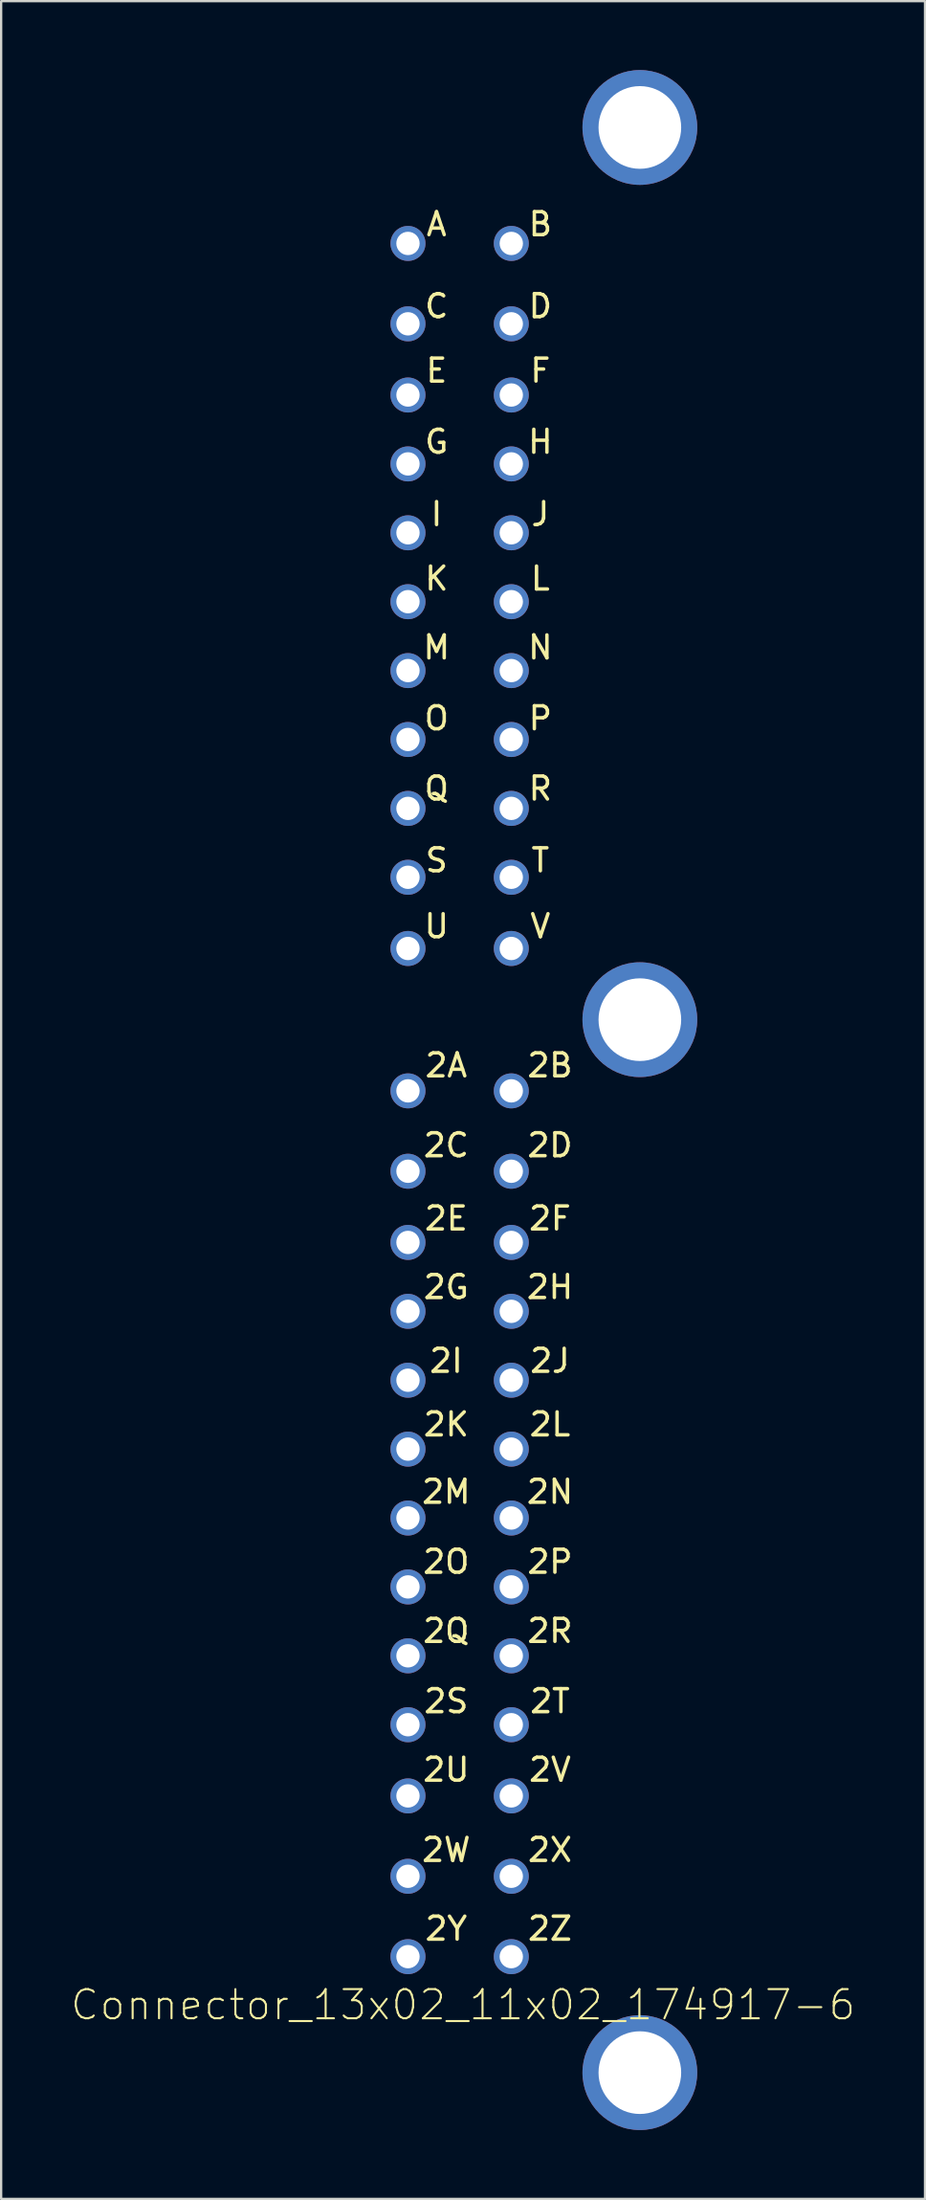
<source format=kicad_pcb>
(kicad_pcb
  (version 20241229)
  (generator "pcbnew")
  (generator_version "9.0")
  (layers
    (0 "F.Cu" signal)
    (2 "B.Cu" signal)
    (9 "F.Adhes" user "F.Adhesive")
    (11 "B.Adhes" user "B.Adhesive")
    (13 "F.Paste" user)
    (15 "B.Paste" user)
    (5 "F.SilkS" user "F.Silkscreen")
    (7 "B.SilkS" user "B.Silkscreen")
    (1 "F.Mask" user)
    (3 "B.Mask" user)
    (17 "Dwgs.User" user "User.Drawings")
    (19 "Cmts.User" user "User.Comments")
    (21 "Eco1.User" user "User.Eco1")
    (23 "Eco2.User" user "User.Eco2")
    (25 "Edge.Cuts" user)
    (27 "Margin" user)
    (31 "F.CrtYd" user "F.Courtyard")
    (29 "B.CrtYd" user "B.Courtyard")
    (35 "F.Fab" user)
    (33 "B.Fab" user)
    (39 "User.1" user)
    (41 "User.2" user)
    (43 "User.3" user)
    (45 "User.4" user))
  (footprint "Connector_13x02_11x02_174917-6"
    (layer "F.Cu")
    (at 14.721 7.55)
    (property "Reference" "Connector_13x02_11x02_174917-6" (at 2.4 76.7 0) (layer "F.SilkS") (effects (font (size 1.27 1.27) (thickness 0.089))))
    (attr exclude_from_pos_files exclude_from_bom)
    (fp_text user "2N" (at 6.185 54.356 0) (layer "F.SilkS") (effects (font (size 1 1) (thickness 0.15))))
    (fp_text user "K" (at 1.245 14.592 0) (layer "F.SilkS") (effects (font (size 1 1) (thickness 0.15))))
    (fp_text user "E" (at 1.245 5.537 0) (layer "F.SilkS") (effects (font (size 1 1) (thickness 0.15))))
    (fp_text user "2J" (at 6.185 48.654 0) (layer "F.SilkS") (effects (font (size 1 1) (thickness 0.15))))
    (fp_text user "Q" (at 1.245 23.736 0) (layer "F.SilkS") (effects (font (size 1 1) (thickness 0.15))))
    (fp_text user "2I" (at 1.664 48.654 0) (layer "F.SilkS") (effects (font (size 1 1) (thickness 0.15))))
    (fp_text user "2X" (at 6.185 69.952 0) (layer "F.SilkS") (effects (font (size 1 1) (thickness 0.15))))
    (fp_text user "P" (at 5.766 20.676 0) (layer "F.SilkS") (effects (font (size 1 1) (thickness 0.15))))
    (fp_text user "2R" (at 6.185 60.414 0) (layer "F.SilkS") (effects (font (size 1 1) (thickness 0.15))))
    (fp_text user "H" (at 5.766 8.636 0) (layer "F.SilkS") (effects (font (size 1 1) (thickness 0.15))))
    (fp_text user "J" (at 5.766 11.786 0) (layer "F.SilkS") (effects (font (size 1 1) (thickness 0.15))))
    (fp_text user "C" (at 1.245 2.731 0) (layer "F.SilkS") (effects (font (size 1 1) (thickness 0.15))))
    (fp_text user "I" (at 1.245 11.786 0) (layer "F.SilkS") (effects (font (size 1 1) (thickness 0.15))))
    (fp_text user "N" (at 5.766 17.59 0) (layer "F.SilkS") (effects (font (size 1 1) (thickness 0.15))))
    (fp_text user "2Y" (at 1.664 73.381 0) (layer "F.SilkS") (effects (font (size 1 1) (thickness 0.15))))
    (fp_text user "2A" (at 1.664 35.789 0) (layer "F.SilkS") (effects (font (size 1 1) (thickness 0.15))))
    (fp_text user "2U" (at 1.664 66.459 0) (layer "F.SilkS") (effects (font (size 1 1) (thickness 0.15))))
    (fp_text user "2B" (at 6.185 35.789 0) (layer "F.SilkS") (effects (font (size 1 1) (thickness 0.15))))
    (fp_text user "2H" (at 6.185 45.441 0) (layer "F.SilkS") (effects (font (size 1 1) (thickness 0.15))))
    (fp_text user "M" (at 1.245 17.59 0) (layer "F.SilkS") (effects (font (size 1 1) (thickness 0.15))))
    (fp_text user "2L" (at 6.185 51.422 0) (layer "F.SilkS") (effects (font (size 1 1) (thickness 0.15))))
    (fp_text user "F" (at 5.766 5.537 0) (layer "F.SilkS") (effects (font (size 1 1) (thickness 0.15))))
    (fp_text user "A" (at 1.245 -0.838 0) (layer "F.SilkS") (effects (font (size 1 1) (thickness 0.15))))
    (fp_text user "2T" (at 6.185 63.475 0) (layer "F.SilkS") (effects (font (size 1 1) (thickness 0.15))))
    (fp_text user "2D" (at 6.185 39.268 0) (layer "F.SilkS") (effects (font (size 1 1) (thickness 0.15))))
    (fp_text user "B" (at 5.766 -0.838 0) (layer "F.SilkS") (effects (font (size 1 1) (thickness 0.15))))
    (fp_text user "2O" (at 1.664 57.404 0) (layer "F.SilkS") (effects (font (size 1 1) (thickness 0.15))))
    (fp_text user "2M" (at 1.664 54.356 0) (layer "F.SilkS") (effects (font (size 1 1) (thickness 0.15))))
    (fp_text user "2C" (at 1.664 39.268 0) (layer "F.SilkS") (effects (font (size 1 1) (thickness 0.15))))
    (fp_text user "2W" (at 1.664 69.952 0) (layer "F.SilkS") (effects (font (size 1 1) (thickness 0.15))))
    (fp_text user "T" (at 5.766 26.86 0) (layer "F.SilkS") (effects (font (size 1 1) (thickness 0.15))))
    (fp_text user "R" (at 5.766 23.736 0) (layer "F.SilkS") (effects (font (size 1 1) (thickness 0.15))))
    (fp_text user "L" (at 5.766 14.592 0) (layer "F.SilkS") (effects (font (size 1 1) (thickness 0.15))))
    (fp_text user "V" (at 5.766 29.731 0) (layer "F.SilkS") (effects (font (size 1 1) (thickness 0.15))))
    (fp_text user "G" (at 1.245 8.636 0) (layer "F.SilkS") (effects (font (size 1 1) (thickness 0.15))))
    (fp_text user "2Z" (at 6.185 73.381 0) (layer "F.SilkS") (effects (font (size 1 1) (thickness 0.15))))
    (fp_text user "2G" (at 1.664 45.441 0) (layer "F.SilkS") (effects (font (size 1 1) (thickness 0.15))))
    (fp_text user "2E" (at 1.664 42.456 0) (layer "F.SilkS") (effects (font (size 1 1) (thickness 0.15))))
    (fp_text user "O" (at 1.245 20.676 0) (layer "F.SilkS") (effects (font (size 1 1) (thickness 0.15))))
    (fp_text user "2K" (at 1.664 51.422 0) (layer "F.SilkS") (effects (font (size 1 1) (thickness 0.15))))
    (fp_text user "2Q" (at 1.664 60.414 0) (layer "F.SilkS") (effects (font (size 1 1) (thickness 0.15))))
    (fp_text user "2V" (at 6.185 66.459 0) (layer "F.SilkS") (effects (font (size 1 1) (thickness 0.15))))
    (fp_text user "S" (at 1.245 26.86 0) (layer "F.SilkS") (effects (font (size 1 1) (thickness 0.15))))
    (fp_text user "2P" (at 6.185 57.404 0) (layer "F.SilkS") (effects (font (size 1 1) (thickness 0.15))))
    (fp_text user "U" (at 1.245 29.731 0) (layer "F.SilkS") (effects (font (size 1 1) (thickness 0.15))))
    (fp_text user "2S" (at 1.664 63.475 0) (layer "F.SilkS") (effects (font (size 1 1) (thickness 0.15))))
    (fp_text user "D" (at 5.766 2.731 0) (layer "F.SilkS") (effects (font (size 1 1) (thickness 0.15))))
    (fp_text user "2F" (at 6.185 42.456 0) (layer "F.SilkS") (effects (font (size 1 1) (thickness 0.15))))
    (pad "" np_thru_hole circle (at 10.1 -5.05) (size 5 5) (drill 3.6) (layers "*.Cu"))
    (pad "" np_thru_hole circle (at 10.1 33.8) (size 5 5) (drill 3.6) (layers "*.Cu"))
    (pad "" np_thru_hole circle (at 10.1 79.65) (size 5 5) (drill 3.6) (layers "*.Cu"))
    (pad "2A" thru_hole circle (at 0 36.9 270) (size 1.524 1.524) (drill 1.016) (layers "*.Cu" "*.Mask"))
    (pad "2B" thru_hole circle (at 4.5 36.9 270) (size 1.524 1.524) (drill 1.016) (layers "*.Cu" "*.Mask"))
    (pad "2C" thru_hole circle (at 0 40.4 270) (size 1.524 1.524) (drill 1.016) (layers "*.Cu" "*.Mask"))
    (pad "2D" thru_hole circle (at 4.5 40.4 270) (size 1.524 1.524) (drill 1.016) (layers "*.Cu" "*.Mask"))
    (pad "2E" thru_hole circle (at 0 43.5 270) (size 1.524 1.524) (drill 1.016) (layers "*.Cu" "*.Mask"))
    (pad "2F" thru_hole circle (at 4.5 43.5 270) (size 1.524 1.524) (drill 1.016) (layers "*.Cu" "*.Mask"))
    (pad "2G" thru_hole circle (at 0 46.5 270) (size 1.524 1.524) (drill 1.016) (layers "*.Cu" "*.Mask"))
    (pad "2H" thru_hole circle (at 4.5 46.5 270) (size 1.524 1.524) (drill 1.016) (layers "*.Cu" "*.Mask"))
    (pad "2I" thru_hole circle (at 0 49.5 270) (size 1.524 1.524) (drill 1.016) (layers "*.Cu" "*.Mask"))
    (pad "2J" thru_hole circle (at 4.5 49.5 270) (size 1.524 1.524) (drill 1.016) (layers "*.Cu" "*.Mask"))
    (pad "2K" thru_hole circle (at 0 52.5 270) (size 1.524 1.524) (drill 1.016) (layers "*.Cu" "*.Mask"))
    (pad "2L" thru_hole circle (at 4.5 52.5 270) (size 1.524 1.524) (drill 1.016) (layers "*.Cu" "*.Mask"))
    (pad "2M" thru_hole circle (at 0 55.5 270) (size 1.524 1.524) (drill 1.016) (layers "*.Cu" "*.Mask"))
    (pad "2N" thru_hole circle (at 4.5 55.5 270) (size 1.524 1.524) (drill 1.016) (layers "*.Cu" "*.Mask"))
    (pad "2O" thru_hole circle (at 0 58.5 270) (size 1.524 1.524) (drill 1.016) (layers "*.Cu" "*.Mask"))
    (pad "2P" thru_hole circle (at 4.5 58.5 270) (size 1.524 1.524) (drill 1.016) (layers "*.Cu" "*.Mask"))
    (pad "2Q" thru_hole circle (at 0 61.5 270) (size 1.524 1.524) (drill 1.016) (layers "*.Cu" "*.Mask"))
    (pad "2R" thru_hole circle (at 4.5 61.5 270) (size 1.524 1.524) (drill 1.016) (layers "*.Cu" "*.Mask"))
    (pad "2S" thru_hole circle (at 0 64.5 270) (size 1.524 1.524) (drill 1.016) (layers "*.Cu" "*.Mask"))
    (pad "2T" thru_hole circle (at 4.5 64.5 270) (size 1.524 1.524) (drill 1.016) (layers "*.Cu" "*.Mask"))
    (pad "2U" thru_hole circle (at 0 67.6 270) (size 1.524 1.524) (drill 1.016) (layers "*.Cu" "*.Mask"))
    (pad "2V" thru_hole circle (at 4.5 67.6 270) (size 1.524 1.524) (drill 1.016) (layers "*.Cu" "*.Mask"))
    (pad "2W" thru_hole circle (at 0 71.1 270) (size 1.524 1.524) (drill 1.016) (layers "*.Cu" "*.Mask"))
    (pad "2X" thru_hole circle (at 4.5 71.1 270) (size 1.524 1.524) (drill 1.016) (layers "*.Cu" "*.Mask"))
    (pad "2Y" thru_hole circle (at 0 74.6 270) (size 1.524 1.524) (drill 1.016) (layers "*.Cu" "*.Mask"))
    (pad "2Z" thru_hole circle (at 4.5 74.6 270) (size 1.524 1.524) (drill 1.016) (layers "*.Cu" "*.Mask"))
    (pad "A" thru_hole circle (at 0 0 270) (size 1.524 1.524) (drill 1.016) (layers "*.Cu" "*.Mask"))
    (pad "B" thru_hole circle (at 4.5 0 270) (size 1.524 1.524) (drill 1.016) (layers "*.Cu" "*.Mask"))
    (pad "C" thru_hole circle (at 0 3.5 270) (size 1.524 1.524) (drill 1.016) (layers "*.Cu" "*.Mask"))
    (pad "D" thru_hole circle (at 4.5 3.5 270) (size 1.524 1.524) (drill 1.016) (layers "*.Cu" "*.Mask"))
    (pad "E" thru_hole circle (at 0 6.6 270) (size 1.524 1.524) (drill 1.016) (layers "*.Cu" "*.Mask"))
    (pad "F" thru_hole circle (at 4.5 6.6 270) (size 1.524 1.524) (drill 1.016) (layers "*.Cu" "*.Mask"))
    (pad "G" thru_hole circle (at 0 9.6 270) (size 1.524 1.524) (drill 1.016) (layers "*.Cu" "*.Mask"))
    (pad "H" thru_hole circle (at 4.5 9.6 270) (size 1.524 1.524) (drill 1.016) (layers "*.Cu" "*.Mask"))
    (pad "I" thru_hole circle (at 0 12.6 270) (size 1.524 1.524) (drill 1.016) (layers "*.Cu" "*.Mask"))
    (pad "J" thru_hole circle (at 4.5 12.6 270) (size 1.524 1.524) (drill 1.016) (layers "*.Cu" "*.Mask"))
    (pad "K" thru_hole circle (at 0 15.6 270) (size 1.524 1.524) (drill 1.016) (layers "*.Cu" "*.Mask"))
    (pad "L" thru_hole circle (at 4.5 15.6 270) (size 1.524 1.524) (drill 1.016) (layers "*.Cu" "*.Mask"))
    (pad "M" thru_hole circle (at 0 18.6 270) (size 1.524 1.524) (drill 1.016) (layers "*.Cu" "*.Mask"))
    (pad "N" thru_hole circle (at 4.5 18.6 270) (size 1.524 1.524) (drill 1.016) (layers "*.Cu" "*.Mask"))
    (pad "O" thru_hole circle (at 0 21.6 270) (size 1.524 1.524) (drill 1.016) (layers "*.Cu" "*.Mask"))
    (pad "P" thru_hole circle (at 4.5 21.6 270) (size 1.524 1.524) (drill 1.016) (layers "*.Cu" "*.Mask"))
    (pad "Q" thru_hole circle (at 0 24.6 270) (size 1.524 1.524) (drill 1.016) (layers "*.Cu" "*.Mask"))
    (pad "R" thru_hole circle (at 4.5 24.6 270) (size 1.524 1.524) (drill 1.016) (layers "*.Cu" "*.Mask"))
    (pad "S" thru_hole circle (at 0 27.6 270) (size 1.524 1.524) (drill 1.016) (layers "*.Cu" "*.Mask"))
    (pad "T" thru_hole circle (at 4.5 27.6 270) (size 1.524 1.524) (drill 1.016) (layers "*.Cu" "*.Mask"))
    (pad "U" thru_hole circle (at 0 30.7 270) (size 1.524 1.524) (drill 1.016) (layers "*.Cu" "*.Mask"))
    (pad "V" thru_hole circle (at 4.5 30.7 270) (size 1.524 1.524) (drill 1.016) (layers "*.Cu" "*.Mask")))
  (gr_rect
    (start -3 -3)
    (end 37.242 92.7)
    (stroke (width 0.1) (type default))
    (fill no)
    (layer "Edge.Cuts")))
</source>
